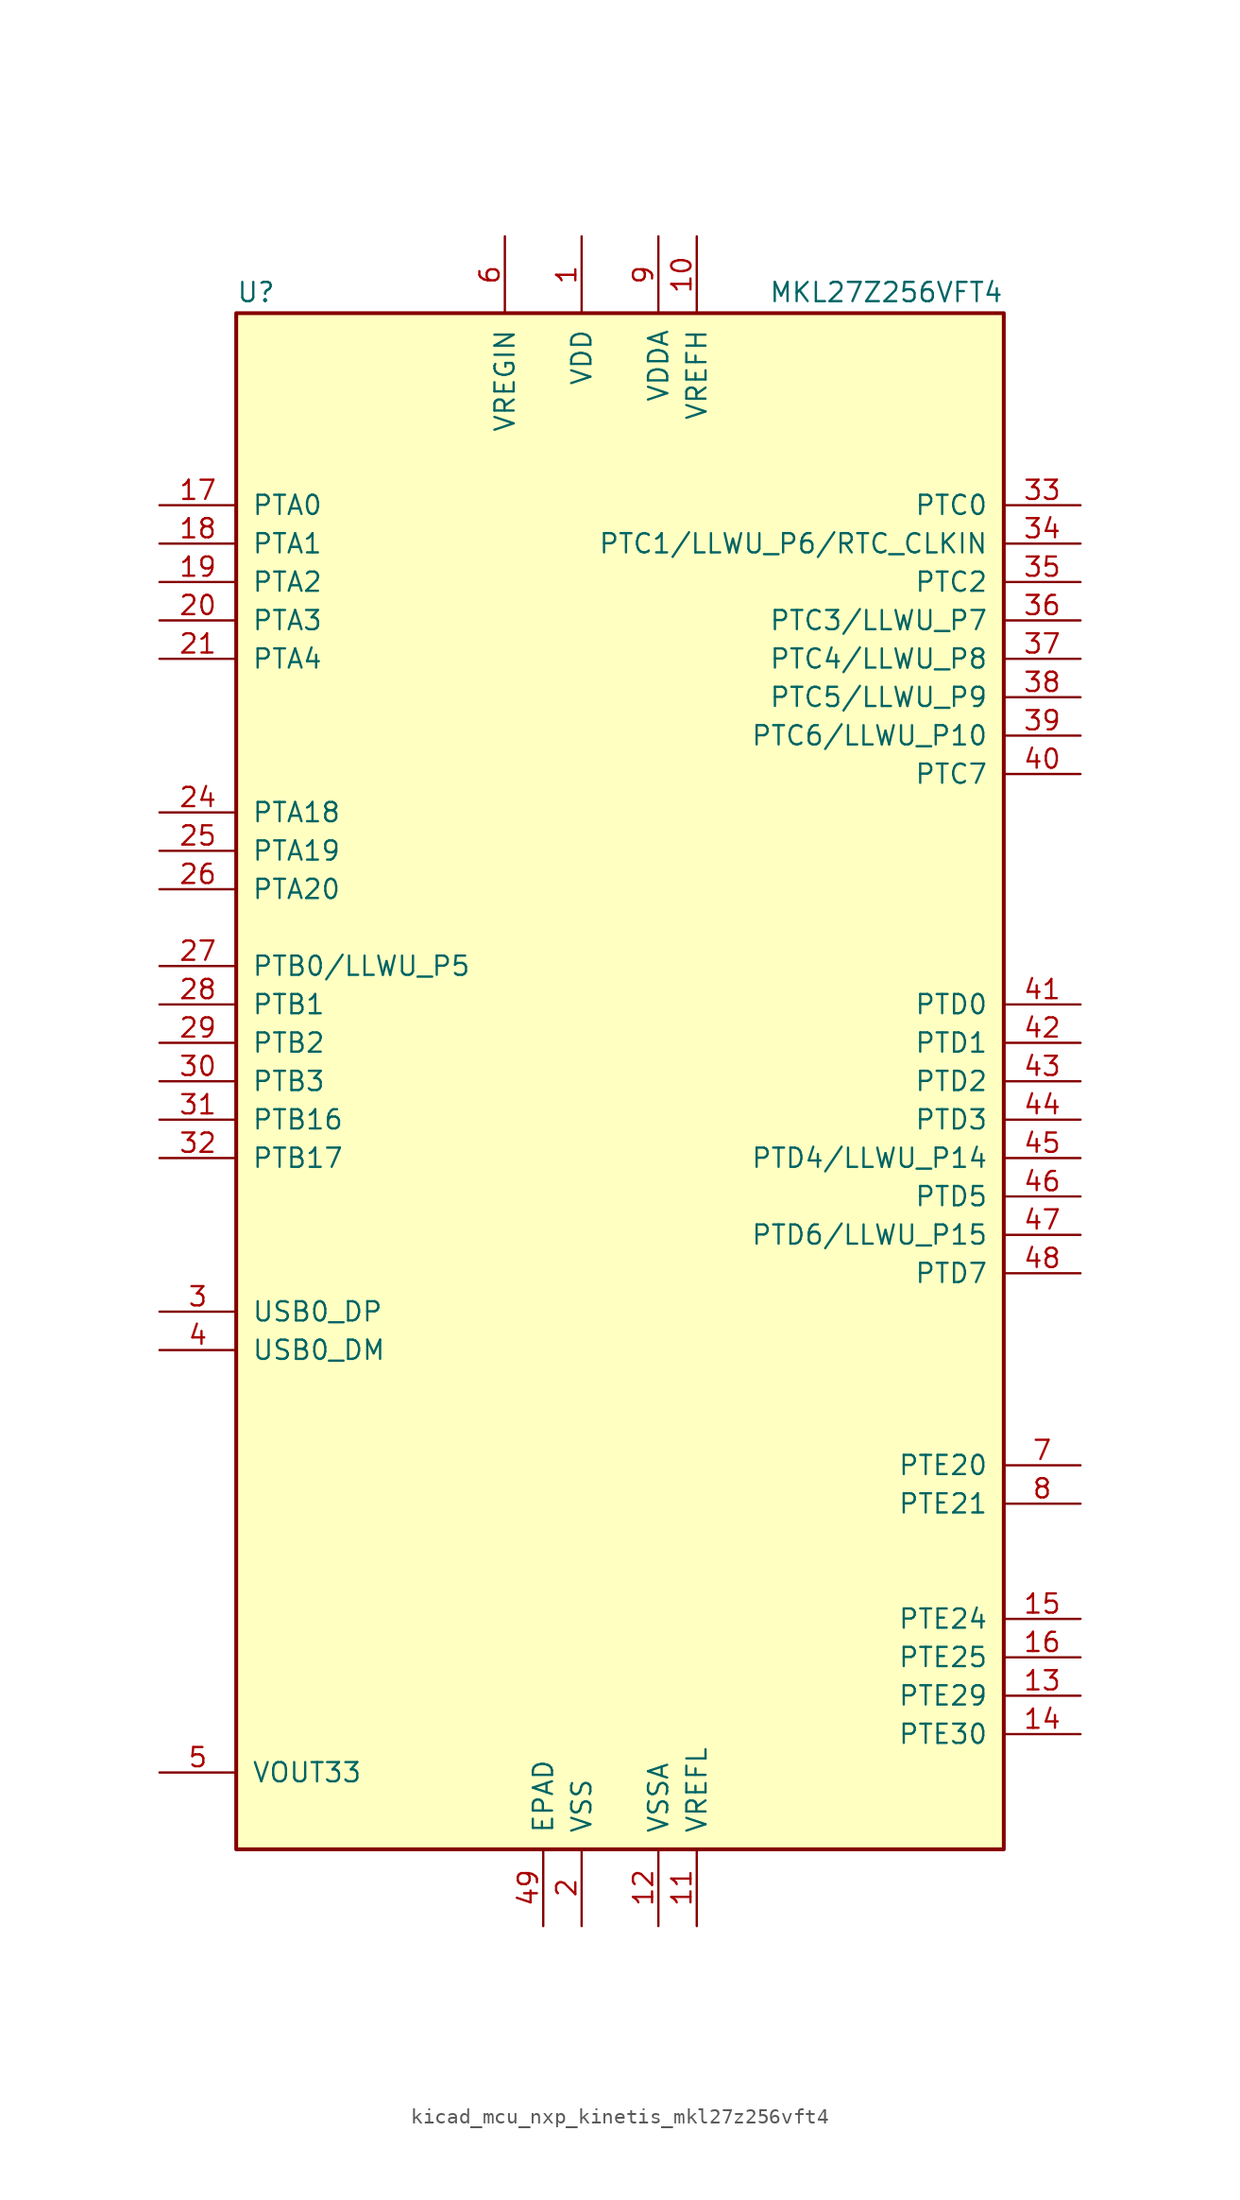
<source format=kicad_sym>
(kicad_symbol_lib
  (version 20220914)
  (generator kicad_symbol_editor)
  (symbol "kicad_mcu_nxp_kinetis_mkl27z256vft4"
    (pin_names
      (offset 1.016))
    (property "Reference" "U"
      (at -25.4 51.435 0)
      (effects (font (size 1.27 1.27)) (justify left bottom)))
    (property "Value" "MKL27Z256VFT4"
      (at 25.4 51.435 0)
      (effects (font (size 1.27 1.27)) (justify right bottom)))
    (symbol "kicad_mcu_nxp_kinetis_mkl27z256vft4_0_1"
      (rectangle (start -25.4 50.8) (end 25.4 -50.8) (stroke (width 0.254) (type default)) (fill (type background))))
    (symbol "kicad_mcu_nxp_kinetis_mkl27z256vft4_1_1"
      (pin power_in line (at -2.54 55.88 270) (length 5.08) (name "VDD" (effects (font (size 1.27 1.27)))) (number "1" (effects (font (size 1.27 1.27)))))
      (pin power_in line (at 5.08 55.88 270) (length 5.08) (name "VREFH" (effects (font (size 1.27 1.27)))) (number "10" (effects (font (size 1.27 1.27)))))
      (pin power_in line (at 5.08 -55.88 90) (length 5.08) (name "VREFL" (effects (font (size 1.27 1.27)))) (number "11" (effects (font (size 1.27 1.27)))))
      (pin power_in line (at 2.54 -55.88 90) (length 5.08) (name "VSSA" (effects (font (size 1.27 1.27)))) (number "12" (effects (font (size 1.27 1.27)))))
      (pin bidirectional line (at 30.48 -40.64 180) (length 5.08) (name "PTE29" (effects (font (size 1.27 1.27)))) (number "13" (effects (font (size 1.27 1.27)))))
      (pin bidirectional line (at 30.48 -43.18 180) (length 5.08) (name "PTE30" (effects (font (size 1.27 1.27)))) (number "14" (effects (font (size 1.27 1.27)))))
      (pin bidirectional line (at 30.48 -35.56 180) (length 5.08) (name "PTE24" (effects (font (size 1.27 1.27)))) (number "15" (effects (font (size 1.27 1.27)))))
      (pin bidirectional line (at 30.48 -38.1 180) (length 5.08) (name "PTE25" (effects (font (size 1.27 1.27)))) (number "16" (effects (font (size 1.27 1.27)))))
      (pin bidirectional line (at -30.48 38.1 0) (length 5.08) (name "PTA0" (effects (font (size 1.27 1.27)))) (number "17" (effects (font (size 1.27 1.27)))))
      (pin bidirectional line (at -30.48 35.56 0) (length 5.08) (name "PTA1" (effects (font (size 1.27 1.27)))) (number "18" (effects (font (size 1.27 1.27)))))
      (pin bidirectional line (at -30.48 33.02 0) (length 5.08) (name "PTA2" (effects (font (size 1.27 1.27)))) (number "19" (effects (font (size 1.27 1.27)))))
      (pin power_in line (at -2.54 -55.88 90) (length 5.08) (name "VSS" (effects (font (size 1.27 1.27)))) (number "2" (effects (font (size 1.27 1.27)))))
      (pin bidirectional line (at -30.48 30.48 0) (length 5.08) (name "PTA3" (effects (font (size 1.27 1.27)))) (number "20" (effects (font (size 1.27 1.27)))))
      (pin bidirectional line (at -30.48 27.94 0) (length 5.08) (name "PTA4" (effects (font (size 1.27 1.27)))) (number "21" (effects (font (size 1.27 1.27)))))
      (pin passive line (at -2.54 55.88 270) (length 5.08) hide (name "VDD" (effects (font (size 1.27 1.27)))) (number "22" (effects (font (size 1.27 1.27)))))
      (pin passive line (at -2.54 -55.88 90) (length 5.08) hide (name "VSS" (effects (font (size 1.27 1.27)))) (number "23" (effects (font (size 1.27 1.27)))))
      (pin bidirectional line (at -30.48 17.78 0) (length 5.08) (name "PTA18" (effects (font (size 1.27 1.27)))) (number "24" (effects (font (size 1.27 1.27)))))
      (pin bidirectional line (at -30.48 15.24 0) (length 5.08) (name "PTA19" (effects (font (size 1.27 1.27)))) (number "25" (effects (font (size 1.27 1.27)))))
      (pin bidirectional line (at -30.48 12.7 0) (length 5.08) (name "PTA20" (effects (font (size 1.27 1.27)))) (number "26" (effects (font (size 1.27 1.27)))))
      (pin bidirectional line (at -30.48 7.62 0) (length 5.08) (name "PTB0/LLWU_P5" (effects (font (size 1.27 1.27)))) (number "27" (effects (font (size 1.27 1.27)))))
      (pin bidirectional line (at -30.48 5.08 0) (length 5.08) (name "PTB1" (effects (font (size 1.27 1.27)))) (number "28" (effects (font (size 1.27 1.27)))))
      (pin bidirectional line (at -30.48 2.54 0) (length 5.08) (name "PTB2" (effects (font (size 1.27 1.27)))) (number "29" (effects (font (size 1.27 1.27)))))
      (pin bidirectional line (at -30.48 -15.24 0) (length 5.08) (name "USB0_DP" (effects (font (size 1.27 1.27)))) (number "3" (effects (font (size 1.27 1.27)))))
      (pin bidirectional line (at -30.48 0 0) (length 5.08) (name "PTB3" (effects (font (size 1.27 1.27)))) (number "30" (effects (font (size 1.27 1.27)))))
      (pin bidirectional line (at -30.48 -2.54 0) (length 5.08) (name "PTB16" (effects (font (size 1.27 1.27)))) (number "31" (effects (font (size 1.27 1.27)))))
      (pin bidirectional line (at -30.48 -5.08 0) (length 5.08) (name "PTB17" (effects (font (size 1.27 1.27)))) (number "32" (effects (font (size 1.27 1.27)))))
      (pin bidirectional line (at 30.48 38.1 180) (length 5.08) (name "PTC0" (effects (font (size 1.27 1.27)))) (number "33" (effects (font (size 1.27 1.27)))))
      (pin bidirectional line (at 30.48 35.56 180) (length 5.08) (name "PTC1/LLWU_P6/RTC_CLKIN" (effects (font (size 1.27 1.27)))) (number "34" (effects (font (size 1.27 1.27)))))
      (pin bidirectional line (at 30.48 33.02 180) (length 5.08) (name "PTC2" (effects (font (size 1.27 1.27)))) (number "35" (effects (font (size 1.27 1.27)))))
      (pin bidirectional line (at 30.48 30.48 180) (length 5.08) (name "PTC3/LLWU_P7" (effects (font (size 1.27 1.27)))) (number "36" (effects (font (size 1.27 1.27)))))
      (pin bidirectional line (at 30.48 27.94 180) (length 5.08) (name "PTC4/LLWU_P8" (effects (font (size 1.27 1.27)))) (number "37" (effects (font (size 1.27 1.27)))))
      (pin bidirectional line (at 30.48 25.4 180) (length 5.08) (name "PTC5/LLWU_P9" (effects (font (size 1.27 1.27)))) (number "38" (effects (font (size 1.27 1.27)))))
      (pin bidirectional line (at 30.48 22.86 180) (length 5.08) (name "PTC6/LLWU_P10" (effects (font (size 1.27 1.27)))) (number "39" (effects (font (size 1.27 1.27)))))
      (pin bidirectional line (at -30.48 -17.78 0) (length 5.08) (name "USB0_DM" (effects (font (size 1.27 1.27)))) (number "4" (effects (font (size 1.27 1.27)))))
      (pin bidirectional line (at 30.48 20.32 180) (length 5.08) (name "PTC7" (effects (font (size 1.27 1.27)))) (number "40" (effects (font (size 1.27 1.27)))))
      (pin bidirectional line (at 30.48 5.08 180) (length 5.08) (name "PTD0" (effects (font (size 1.27 1.27)))) (number "41" (effects (font (size 1.27 1.27)))))
      (pin bidirectional line (at 30.48 2.54 180) (length 5.08) (name "PTD1" (effects (font (size 1.27 1.27)))) (number "42" (effects (font (size 1.27 1.27)))))
      (pin bidirectional line (at 30.48 0 180) (length 5.08) (name "PTD2" (effects (font (size 1.27 1.27)))) (number "43" (effects (font (size 1.27 1.27)))))
      (pin bidirectional line (at 30.48 -2.54 180) (length 5.08) (name "PTD3" (effects (font (size 1.27 1.27)))) (number "44" (effects (font (size 1.27 1.27)))))
      (pin bidirectional line (at 30.48 -5.08 180) (length 5.08) (name "PTD4/LLWU_P14" (effects (font (size 1.27 1.27)))) (number "45" (effects (font (size 1.27 1.27)))))
      (pin bidirectional line (at 30.48 -7.62 180) (length 5.08) (name "PTD5" (effects (font (size 1.27 1.27)))) (number "46" (effects (font (size 1.27 1.27)))))
      (pin bidirectional line (at 30.48 -10.16 180) (length 5.08) (name "PTD6/LLWU_P15" (effects (font (size 1.27 1.27)))) (number "47" (effects (font (size 1.27 1.27)))))
      (pin bidirectional line (at 30.48 -12.7 180) (length 5.08) (name "PTD7" (effects (font (size 1.27 1.27)))) (number "48" (effects (font (size 1.27 1.27)))))
      (pin power_in line (at -5.08 -55.88 90) (length 5.08) (name "EPAD" (effects (font (size 1.27 1.27)))) (number "49" (effects (font (size 1.27 1.27)))))
      (pin power_out line (at -30.48 -45.72 0) (length 5.08) (name "VOUT33" (effects (font (size 1.27 1.27)))) (number "5" (effects (font (size 1.27 1.27)))))
      (pin power_in line (at -7.62 55.88 270) (length 5.08) (name "VREGIN" (effects (font (size 1.27 1.27)))) (number "6" (effects (font (size 1.27 1.27)))))
      (pin bidirectional line (at 30.48 -25.4 180) (length 5.08) (name "PTE20" (effects (font (size 1.27 1.27)))) (number "7" (effects (font (size 1.27 1.27)))))
      (pin bidirectional line (at 30.48 -27.94 180) (length 5.08) (name "PTE21" (effects (font (size 1.27 1.27)))) (number "8" (effects (font (size 1.27 1.27)))))
      (pin power_in line (at 2.54 55.88 270) (length 5.08) (name "VDDA" (effects (font (size 1.27 1.27)))) (number "9" (effects (font (size 1.27 1.27))))))))
</source>
